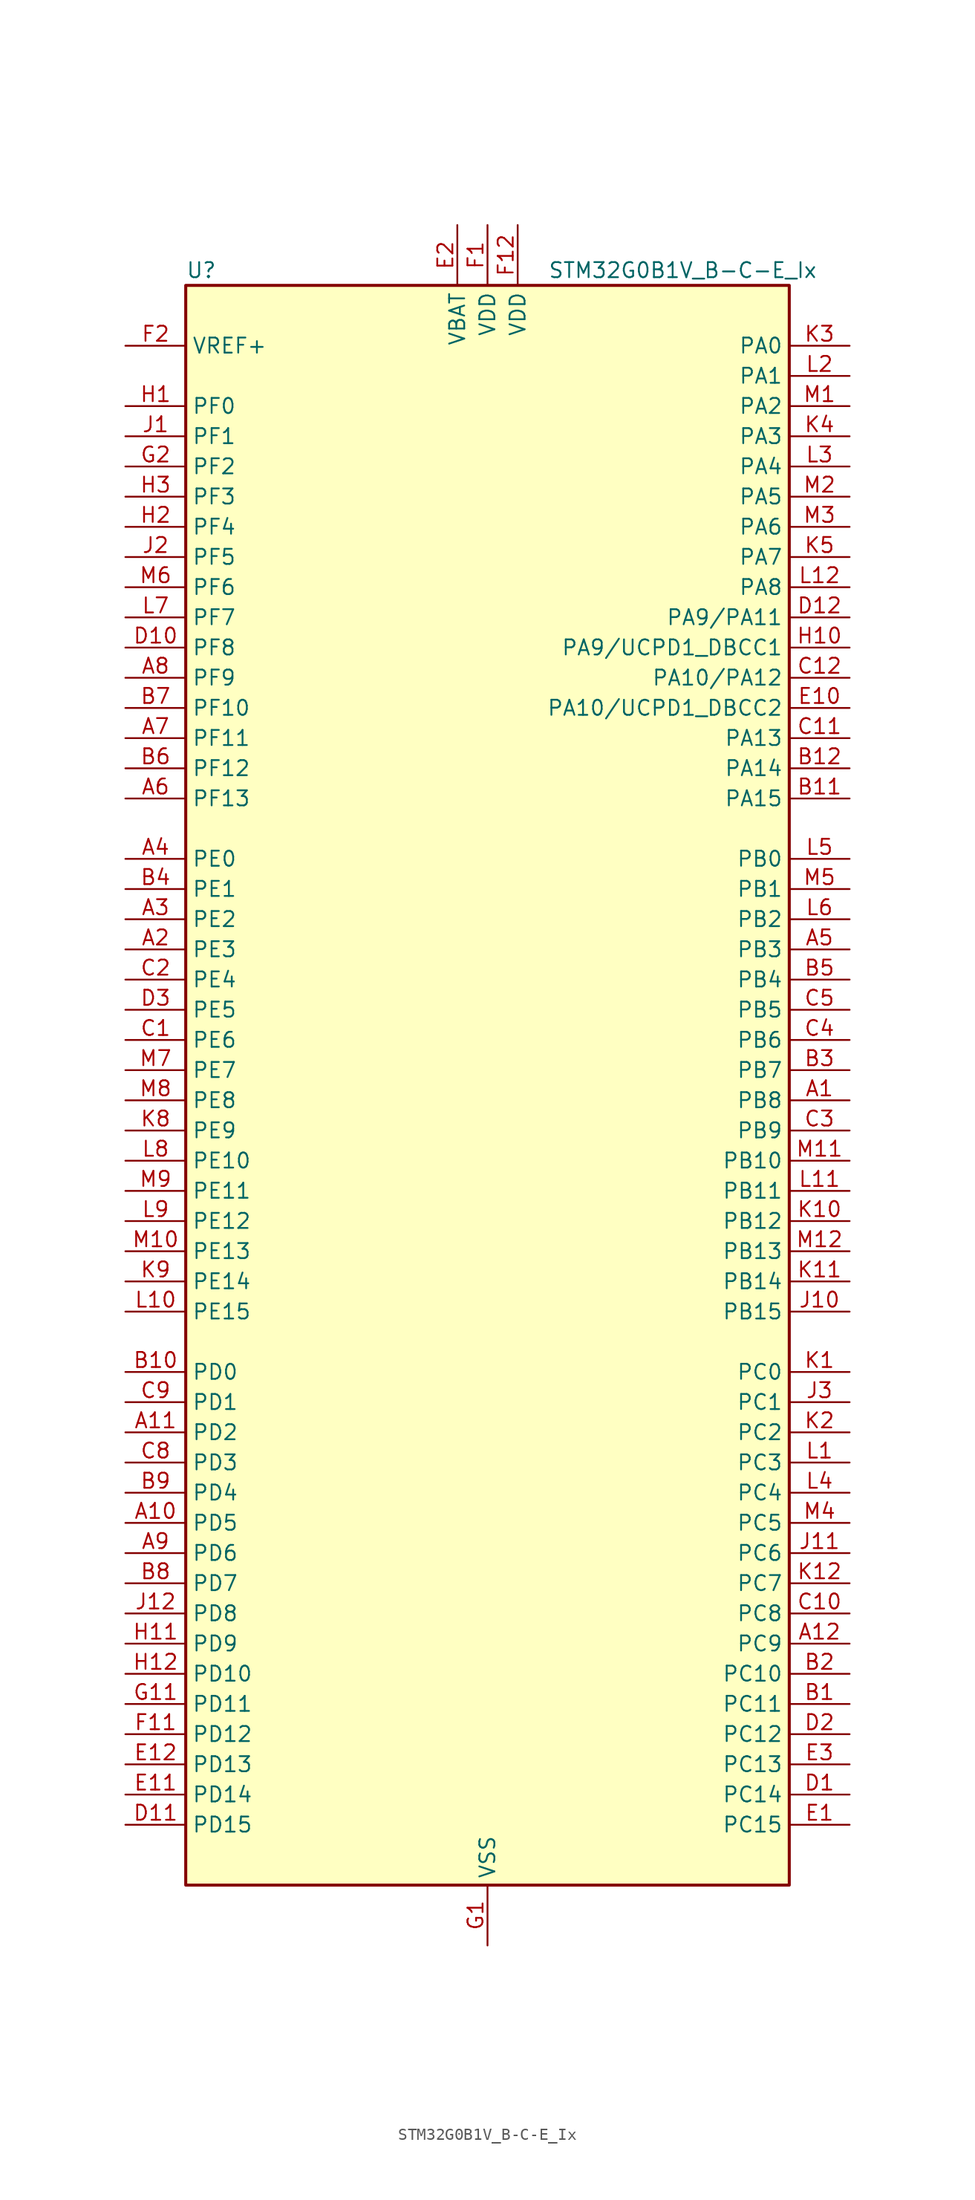
<source format=kicad_sym>
(kicad_symbol_lib
  (version 20241209)
  (generator "kicad_symbol_editor")
  (generator_version "9.0")
  (symbol "STM32G0B1V_B-C-E_Ix"
    (property "Reference" "U"
      (at -25.4 69.85 0)
      (effects (font (size 1.27 1.27)) (justify left)))
    (property "Value" "STM32G0B1V_B-C-E_Ix"
      (at 5.08 69.85 0)
      (effects (font (size 1.27 1.27)) (justify left)))
    (symbol "STM32G0B1V_B-C-E_Ix_0_1"
      (rectangle (start -25.4 -66.04) (end 25.4 68.58) (stroke (width 0.254) (type default)) (fill (type background))))
    (symbol "STM32G0B1V_B-C-E_Ix_1_1"
      (pin input line (at -30.48 63.5 0) (length 5.08) (name "VREF+" (effects (font (size 1.27 1.27)))) (number "F2" (effects (font (size 1.27 1.27)))) (alternate "VREFBUF_OUT" bidirectional line))
      (pin bidirectional line (at -30.48 58.42 0) (length 5.08) (name "PF0" (effects (font (size 1.27 1.27)))) (number "H1" (effects (font (size 1.27 1.27)))) (alternate "CRS1_SYNC" bidirectional line) (alternate "RCC_OSC_IN" bidirectional line) (alternate "TIM14_CH1" bidirectional line))
      (pin bidirectional line (at -30.48 55.88 0) (length 5.08) (name "PF1" (effects (font (size 1.27 1.27)))) (number "J1" (effects (font (size 1.27 1.27)))) (alternate "RCC_OSC_EN" bidirectional line) (alternate "RCC_OSC_OUT" bidirectional line) (alternate "TIM15_CH1N" bidirectional line))
      (pin bidirectional line (at -30.48 53.34 0) (length 5.08) (name "PF2" (effects (font (size 1.27 1.27)))) (number "G2" (effects (font (size 1.27 1.27)))) (alternate "LPUART2_DE" bidirectional line) (alternate "LPUART2_RTS" bidirectional line) (alternate "LPUART2_TX" bidirectional line) (alternate "RCC_MCO" bidirectional line))
      (pin bidirectional line (at -30.48 50.8 0) (length 5.08) (name "PF3" (effects (font (size 1.27 1.27)))) (number "H3" (effects (font (size 1.27 1.27)))) (alternate "LPUART2_RX" bidirectional line) (alternate "USART6_CK" bidirectional line) (alternate "USART6_DE" bidirectional line) (alternate "USART6_RTS" bidirectional line))
      (pin bidirectional line (at -30.48 48.26 0) (length 5.08) (name "PF4" (effects (font (size 1.27 1.27)))) (number "H2" (effects (font (size 1.27 1.27)))) (alternate "LPUART1_TX" bidirectional line))
      (pin bidirectional line (at -30.48 45.72 0) (length 5.08) (name "PF5" (effects (font (size 1.27 1.27)))) (number "J2" (effects (font (size 1.27 1.27)))) (alternate "LPUART1_RX" bidirectional line))
      (pin bidirectional line (at -30.48 43.18 0) (length 5.08) (name "PF6" (effects (font (size 1.27 1.27)))) (number "M6" (effects (font (size 1.27 1.27)))) (alternate "LPUART1_DE" bidirectional line) (alternate "LPUART1_RTS" bidirectional line))
      (pin bidirectional line (at -30.48 40.64 0) (length 5.08) (name "PF7" (effects (font (size 1.27 1.27)))) (number "L7" (effects (font (size 1.27 1.27)))) (alternate "LPUART1_CTS" bidirectional line) (alternate "USART5_CTS" bidirectional line) (alternate "USART5_NSS" bidirectional line))
      (pin bidirectional line (at -30.48 38.1 0) (length 5.08) (name "PF8" (effects (font (size 1.27 1.27)))) (number "D10" (effects (font (size 1.27 1.27)))))
      (pin bidirectional line (at -30.48 35.56 0) (length 5.08) (name "PF9" (effects (font (size 1.27 1.27)))) (number "A8" (effects (font (size 1.27 1.27)))) (alternate "DAC1_EXTI9" bidirectional line) (alternate "USART6_TX" bidirectional line))
      (pin bidirectional line (at -30.48 33.02 0) (length 5.08) (name "PF10" (effects (font (size 1.27 1.27)))) (number "B7" (effects (font (size 1.27 1.27)))) (alternate "USART6_RX" bidirectional line))
      (pin bidirectional line (at -30.48 30.48 0) (length 5.08) (name "PF11" (effects (font (size 1.27 1.27)))) (number "A7" (effects (font (size 1.27 1.27)))) (alternate "ADC1_EXTI11" bidirectional line) (alternate "USART6_CK" bidirectional line) (alternate "USART6_DE" bidirectional line) (alternate "USART6_RTS" bidirectional line))
      (pin bidirectional line (at -30.48 27.94 0) (length 5.08) (name "PF12" (effects (font (size 1.27 1.27)))) (number "B6" (effects (font (size 1.27 1.27)))) (alternate "TIM15_CH1" bidirectional line) (alternate "USART6_CTS" bidirectional line) (alternate "USART6_NSS" bidirectional line))
      (pin bidirectional line (at -30.48 25.4 0) (length 5.08) (name "PF13" (effects (font (size 1.27 1.27)))) (number "A6" (effects (font (size 1.27 1.27)))) (alternate "TIM15_CH2" bidirectional line))
      (pin bidirectional line (at -30.48 20.32 0) (length 5.08) (name "PE0" (effects (font (size 1.27 1.27)))) (number "A4" (effects (font (size 1.27 1.27)))) (alternate "TIM16_CH1" bidirectional line) (alternate "TIM4_ETR" bidirectional line))
      (pin bidirectional line (at -30.48 17.78 0) (length 5.08) (name "PE1" (effects (font (size 1.27 1.27)))) (number "B4" (effects (font (size 1.27 1.27)))) (alternate "TIM17_CH1" bidirectional line))
      (pin bidirectional line (at -30.48 15.24 0) (length 5.08) (name "PE2" (effects (font (size 1.27 1.27)))) (number "A3" (effects (font (size 1.27 1.27)))) (alternate "TIM3_ETR" bidirectional line))
      (pin bidirectional line (at -30.48 12.7 0) (length 5.08) (name "PE3" (effects (font (size 1.27 1.27)))) (number "A2" (effects (font (size 1.27 1.27)))) (alternate "TIM3_CH1" bidirectional line))
      (pin bidirectional line (at -30.48 10.16 0) (length 5.08) (name "PE4" (effects (font (size 1.27 1.27)))) (number "C2" (effects (font (size 1.27 1.27)))) (alternate "TIM3_CH2" bidirectional line))
      (pin bidirectional line (at -30.48 7.62 0) (length 5.08) (name "PE5" (effects (font (size 1.27 1.27)))) (number "D3" (effects (font (size 1.27 1.27)))) (alternate "TIM3_CH3" bidirectional line))
      (pin bidirectional line (at -30.48 5.08 0) (length 5.08) (name "PE6" (effects (font (size 1.27 1.27)))) (number "C1" (effects (font (size 1.27 1.27)))) (alternate "RTC_TAMP_IN3" bidirectional line) (alternate "SYS_WKUP3" bidirectional line) (alternate "TIM3_CH4" bidirectional line))
      (pin bidirectional line (at -30.48 2.54 0) (length 5.08) (name "PE7" (effects (font (size 1.27 1.27)))) (number "M7" (effects (font (size 1.27 1.27)))) (alternate "COMP3_INP" bidirectional line) (alternate "TIM1_ETR" bidirectional line) (alternate "USART5_CK" bidirectional line) (alternate "USART5_DE" bidirectional line) (alternate "USART5_RTS" bidirectional line))
      (pin bidirectional line (at -30.48 0 0) (length 5.08) (name "PE8" (effects (font (size 1.27 1.27)))) (number "M8" (effects (font (size 1.27 1.27)))) (alternate "COMP3_INM" bidirectional line) (alternate "TIM1_CH1N" bidirectional line) (alternate "USART4_TX" bidirectional line))
      (pin bidirectional line (at -30.48 -2.54 0) (length 5.08) (name "PE9" (effects (font (size 1.27 1.27)))) (number "K8" (effects (font (size 1.27 1.27)))) (alternate "DAC1_EXTI9" bidirectional line) (alternate "TIM1_CH1" bidirectional line) (alternate "USART4_RX" bidirectional line))
      (pin bidirectional line (at -30.48 -5.08 0) (length 5.08) (name "PE10" (effects (font (size 1.27 1.27)))) (number "L8" (effects (font (size 1.27 1.27)))) (alternate "TIM1_CH2N" bidirectional line) (alternate "USART5_TX" bidirectional line))
      (pin bidirectional line (at -30.48 -7.62 0) (length 5.08) (name "PE11" (effects (font (size 1.27 1.27)))) (number "M9" (effects (font (size 1.27 1.27)))) (alternate "ADC1_EXTI11" bidirectional line) (alternate "TIM1_CH2" bidirectional line) (alternate "USART5_RX" bidirectional line))
      (pin bidirectional line (at -30.48 -10.16 0) (length 5.08) (name "PE12" (effects (font (size 1.27 1.27)))) (number "L9" (effects (font (size 1.27 1.27)))) (alternate "I2S1_WS" bidirectional line) (alternate "SPI1_NSS" bidirectional line) (alternate "TIM1_CH3N" bidirectional line))
      (pin bidirectional line (at -30.48 -12.7 0) (length 5.08) (name "PE13" (effects (font (size 1.27 1.27)))) (number "M10" (effects (font (size 1.27 1.27)))) (alternate "I2S1_CK" bidirectional line) (alternate "SPI1_SCK" bidirectional line) (alternate "TIM1_CH3" bidirectional line))
      (pin bidirectional line (at -30.48 -15.24 0) (length 5.08) (name "PE14" (effects (font (size 1.27 1.27)))) (number "K9" (effects (font (size 1.27 1.27)))) (alternate "I2S1_MCK" bidirectional line) (alternate "SPI1_MISO" bidirectional line) (alternate "TIM1_BK2" bidirectional line) (alternate "TIM1_CH4" bidirectional line))
      (pin bidirectional line (at -30.48 -17.78 0) (length 5.08) (name "PE15" (effects (font (size 1.27 1.27)))) (number "L10" (effects (font (size 1.27 1.27)))) (alternate "I2S1_SD" bidirectional line) (alternate "SPI1_MOSI" bidirectional line) (alternate "TIM1_BK" bidirectional line))
      (pin bidirectional line (at -30.48 -22.86 0) (length 5.08) (name "PD0" (effects (font (size 1.27 1.27)))) (number "B10" (effects (font (size 1.27 1.27)))) (alternate "FDCAN1_RX" bidirectional line) (alternate "I2S2_WS" bidirectional line) (alternate "SPI2_NSS" bidirectional line) (alternate "TIM16_CH1" bidirectional line) (alternate "UCPD2_CC1" bidirectional line))
      (pin bidirectional line (at -30.48 -25.4 0) (length 5.08) (name "PD1" (effects (font (size 1.27 1.27)))) (number "C9" (effects (font (size 1.27 1.27)))) (alternate "FDCAN1_TX" bidirectional line) (alternate "I2S2_CK" bidirectional line) (alternate "SPI2_SCK" bidirectional line) (alternate "TIM17_CH1" bidirectional line) (alternate "UCPD2_DBCC1" bidirectional line))
      (pin bidirectional line (at -30.48 -27.94 0) (length 5.08) (name "PD2" (effects (font (size 1.27 1.27)))) (number "A11" (effects (font (size 1.27 1.27)))) (alternate "TIM1_CH1N" bidirectional line) (alternate "TIM3_ETR" bidirectional line) (alternate "UCPD2_CC2" bidirectional line) (alternate "USART3_CK" bidirectional line) (alternate "USART3_DE" bidirectional line) (alternate "USART3_RTS" bidirectional line) (alternate "USART5_RX" bidirectional line))
      (pin bidirectional line (at -30.48 -30.48 0) (length 5.08) (name "PD3" (effects (font (size 1.27 1.27)))) (number "C8" (effects (font (size 1.27 1.27)))) (alternate "I2S2_MCK" bidirectional line) (alternate "SPI2_MISO" bidirectional line) (alternate "TIM1_CH2N" bidirectional line) (alternate "UCPD2_DBCC2" bidirectional line) (alternate "USART2_CTS" bidirectional line) (alternate "USART2_NSS" bidirectional line) (alternate "USART5_TX" bidirectional line))
      (pin bidirectional line (at -30.48 -33.02 0) (length 5.08) (name "PD4" (effects (font (size 1.27 1.27)))) (number "B9" (effects (font (size 1.27 1.27)))) (alternate "I2S2_SD" bidirectional line) (alternate "SPI2_MOSI" bidirectional line) (alternate "TIM1_CH3N" bidirectional line) (alternate "USART2_CK" bidirectional line) (alternate "USART2_DE" bidirectional line) (alternate "USART2_RTS" bidirectional line) (alternate "USART5_CK" bidirectional line) (alternate "USART5_DE" bidirectional line) (alternate "USART5_RTS" bidirectional line))
      (pin bidirectional line (at -30.48 -35.56 0) (length 5.08) (name "PD5" (effects (font (size 1.27 1.27)))) (number "A10" (effects (font (size 1.27 1.27)))) (alternate "I2S1_MCK" bidirectional line) (alternate "SPI1_MISO" bidirectional line) (alternate "TIM1_BK" bidirectional line) (alternate "USART2_TX" bidirectional line) (alternate "USART5_CTS" bidirectional line) (alternate "USART5_NSS" bidirectional line))
      (pin bidirectional line (at -30.48 -38.1 0) (length 5.08) (name "PD6" (effects (font (size 1.27 1.27)))) (number "A9" (effects (font (size 1.27 1.27)))) (alternate "I2S1_SD" bidirectional line) (alternate "LPTIM2_OUT" bidirectional line) (alternate "SPI1_MOSI" bidirectional line) (alternate "USART2_RX" bidirectional line))
      (pin bidirectional line (at -30.48 -40.64 0) (length 5.08) (name "PD7" (effects (font (size 1.27 1.27)))) (number "B8" (effects (font (size 1.27 1.27)))) (alternate "RCC_MCO_2" bidirectional line))
      (pin bidirectional line (at -30.48 -43.18 0) (length 5.08) (name "PD8" (effects (font (size 1.27 1.27)))) (number "J12" (effects (font (size 1.27 1.27)))) (alternate "I2S1_CK" bidirectional line) (alternate "LPTIM1_OUT" bidirectional line) (alternate "SPI1_SCK" bidirectional line) (alternate "USART3_TX" bidirectional line))
      (pin bidirectional line (at -30.48 -45.72 0) (length 5.08) (name "PD9" (effects (font (size 1.27 1.27)))) (number "H11" (effects (font (size 1.27 1.27)))) (alternate "DAC1_EXTI9" bidirectional line) (alternate "I2S1_WS" bidirectional line) (alternate "SPI1_NSS" bidirectional line) (alternate "TIM1_BK2" bidirectional line) (alternate "USART3_RX" bidirectional line))
      (pin bidirectional line (at -30.48 -48.26 0) (length 5.08) (name "PD10" (effects (font (size 1.27 1.27)))) (number "H12" (effects (font (size 1.27 1.27)))) (alternate "RCC_MCO" bidirectional line))
      (pin bidirectional line (at -30.48 -50.8 0) (length 5.08) (name "PD11" (effects (font (size 1.27 1.27)))) (number "G11" (effects (font (size 1.27 1.27)))) (alternate "ADC1_EXTI11" bidirectional line) (alternate "LPTIM2_ETR" bidirectional line) (alternate "USART3_CTS" bidirectional line) (alternate "USART3_NSS" bidirectional line))
      (pin bidirectional line (at -30.48 -53.34 0) (length 5.08) (name "PD12" (effects (font (size 1.27 1.27)))) (number "F11" (effects (font (size 1.27 1.27)))) (alternate "FDCAN1_RX" bidirectional line) (alternate "LPTIM2_IN1" bidirectional line) (alternate "TIM4_CH1" bidirectional line) (alternate "USART3_CK" bidirectional line) (alternate "USART3_DE" bidirectional line) (alternate "USART3_RTS" bidirectional line))
      (pin bidirectional line (at -30.48 -55.88 0) (length 5.08) (name "PD13" (effects (font (size 1.27 1.27)))) (number "E12" (effects (font (size 1.27 1.27)))) (alternate "FDCAN1_TX" bidirectional line) (alternate "LPTIM2_OUT" bidirectional line) (alternate "TIM4_CH2" bidirectional line))
      (pin bidirectional line (at -30.48 -58.42 0) (length 5.08) (name "PD14" (effects (font (size 1.27 1.27)))) (number "E11" (effects (font (size 1.27 1.27)))) (alternate "FDCAN2_RX" bidirectional line) (alternate "LPUART2_CTS" bidirectional line) (alternate "TIM4_CH3" bidirectional line))
      (pin bidirectional line (at -30.48 -60.96 0) (length 5.08) (name "PD15" (effects (font (size 1.27 1.27)))) (number "D11" (effects (font (size 1.27 1.27)))) (alternate "CRS1_SYNC" bidirectional line) (alternate "FDCAN2_TX" bidirectional line) (alternate "LPUART2_DE" bidirectional line) (alternate "LPUART2_RTS" bidirectional line) (alternate "TIM4_CH4" bidirectional line))
      (pin power_in line (at -2.54 73.66 270) (length 5.08) (name "VBAT" (effects (font (size 1.27 1.27)))) (number "E2" (effects (font (size 1.27 1.27)))))
      (pin power_in line (at 0 73.66 270) (length 5.08) (name "VDD" (effects (font (size 1.27 1.27)))) (number "F1" (effects (font (size 1.27 1.27)))))
      (pin power_in line (at 0 -71.12 90) (length 5.08) (name "VSS" (effects (font (size 1.27 1.27)))) (number "G1" (effects (font (size 1.27 1.27)))))
      (pin passive line (at 0 -71.12 90) (length 5.08) (hide yes) (name "VSS" (effects (font (size 1.27 1.27)))) (number "G12" (effects (font (size 1.27 1.27)))))
      (pin power_in line (at 2.54 73.66 270) (length 5.08) (name "VDD" (effects (font (size 1.27 1.27)))) (number "F12" (effects (font (size 1.27 1.27)))))
      (pin bidirectional line (at 30.48 63.5 180) (length 5.08) (name "PA0" (effects (font (size 1.27 1.27)))) (number "K3" (effects (font (size 1.27 1.27)))) (alternate "ADC1_IN0" bidirectional line) (alternate "COMP1_INM" bidirectional line) (alternate "COMP1_OUT" bidirectional line) (alternate "I2S2_CK" bidirectional line) (alternate "LPTIM1_OUT" bidirectional line) (alternate "RTC_TAMP_IN2" bidirectional line) (alternate "SPI2_SCK" bidirectional line) (alternate "SYS_WKUP1" bidirectional line) (alternate "TIM2_CH1" bidirectional line) (alternate "TIM2_ETR" bidirectional line) (alternate "UCPD2_FRSTX1" bidirectional line) (alternate "UCPD2_FRSTX2" bidirectional line) (alternate "USART2_CTS" bidirectional line) (alternate "USART2_NSS" bidirectional line) (alternate "USART4_TX" bidirectional line))
      (pin bidirectional line (at 30.48 60.96 180) (length 5.08) (name "PA1" (effects (font (size 1.27 1.27)))) (number "L2" (effects (font (size 1.27 1.27)))) (alternate "ADC1_IN1" bidirectional line) (alternate "COMP1_INP" bidirectional line) (alternate "I2C1_SMBA" bidirectional line) (alternate "I2S1_CK" bidirectional line) (alternate "SPI1_SCK" bidirectional line) (alternate "TIM15_CH1N" bidirectional line) (alternate "TIM2_CH2" bidirectional line) (alternate "USART2_CK" bidirectional line) (alternate "USART2_DE" bidirectional line) (alternate "USART2_RTS" bidirectional line) (alternate "USART4_RX" bidirectional line))
      (pin bidirectional line (at 30.48 58.42 180) (length 5.08) (name "PA2" (effects (font (size 1.27 1.27)))) (number "M1" (effects (font (size 1.27 1.27)))) (alternate "ADC1_IN2" bidirectional line) (alternate "COMP2_INM" bidirectional line) (alternate "COMP2_OUT" bidirectional line) (alternate "I2S1_SD" bidirectional line) (alternate "LPUART1_TX" bidirectional line) (alternate "RCC_LSCO" bidirectional line) (alternate "SPI1_MOSI" bidirectional line) (alternate "SYS_WKUP4" bidirectional line) (alternate "TIM15_CH1" bidirectional line) (alternate "TIM2_CH3" bidirectional line) (alternate "UCPD1_FRSTX1" bidirectional line) (alternate "UCPD1_FRSTX2" bidirectional line) (alternate "USART2_TX" bidirectional line))
      (pin bidirectional line (at 30.48 55.88 180) (length 5.08) (name "PA3" (effects (font (size 1.27 1.27)))) (number "K4" (effects (font (size 1.27 1.27)))) (alternate "ADC1_IN3" bidirectional line) (alternate "COMP2_INP" bidirectional line) (alternate "I2S2_MCK" bidirectional line) (alternate "LPUART1_RX" bidirectional line) (alternate "SPI2_MISO" bidirectional line) (alternate "TIM15_CH2" bidirectional line) (alternate "TIM2_CH4" bidirectional line) (alternate "UCPD2_FRSTX1" bidirectional line) (alternate "UCPD2_FRSTX2" bidirectional line) (alternate "USART2_RX" bidirectional line))
      (pin bidirectional line (at 30.48 53.34 180) (length 5.08) (name "PA4" (effects (font (size 1.27 1.27)))) (number "L3" (effects (font (size 1.27 1.27)))) (alternate "ADC1_IN4" bidirectional line) (alternate "DAC1_OUT1" bidirectional line) (alternate "I2S1_WS" bidirectional line) (alternate "I2S2_SD" bidirectional line) (alternate "LPTIM2_OUT" bidirectional line) (alternate "RTC_OUT2" bidirectional line) (alternate "SPI1_NSS" bidirectional line) (alternate "SPI2_MOSI" bidirectional line) (alternate "SPI3_NSS" bidirectional line) (alternate "TIM14_CH1" bidirectional line) (alternate "UCPD2_FRSTX1" bidirectional line) (alternate "UCPD2_FRSTX2" bidirectional line) (alternate "USART6_TX" bidirectional line) (alternate "USB_NOE" bidirectional line))
      (pin bidirectional line (at 30.48 50.8 180) (length 5.08) (name "PA5" (effects (font (size 1.27 1.27)))) (number "M2" (effects (font (size 1.27 1.27)))) (alternate "ADC1_IN5" bidirectional line) (alternate "CEC" bidirectional line) (alternate "DAC1_OUT2" bidirectional line) (alternate "I2S1_CK" bidirectional line) (alternate "LPTIM2_ETR" bidirectional line) (alternate "SPI1_SCK" bidirectional line) (alternate "TIM2_CH1" bidirectional line) (alternate "TIM2_ETR" bidirectional line) (alternate "UCPD1_FRSTX1" bidirectional line) (alternate "UCPD1_FRSTX2" bidirectional line) (alternate "USART3_TX" bidirectional line) (alternate "USART6_RX" bidirectional line))
      (pin bidirectional line (at 30.48 48.26 180) (length 5.08) (name "PA6" (effects (font (size 1.27 1.27)))) (number "M3" (effects (font (size 1.27 1.27)))) (alternate "ADC1_IN6" bidirectional line) (alternate "COMP1_OUT" bidirectional line) (alternate "I2C2_SDA" bidirectional line) (alternate "I2C3_SDA" bidirectional line) (alternate "I2S1_MCK" bidirectional line) (alternate "LPUART1_CTS" bidirectional line) (alternate "SPI1_MISO" bidirectional line) (alternate "TIM16_CH1" bidirectional line) (alternate "TIM1_BK" bidirectional line) (alternate "TIM3_CH1" bidirectional line) (alternate "USART3_CTS" bidirectional line) (alternate "USART3_NSS" bidirectional line) (alternate "USART6_CTS" bidirectional line) (alternate "USART6_NSS" bidirectional line))
      (pin bidirectional line (at 30.48 45.72 180) (length 5.08) (name "PA7" (effects (font (size 1.27 1.27)))) (number "K5" (effects (font (size 1.27 1.27)))) (alternate "ADC1_IN7" bidirectional line) (alternate "COMP2_OUT" bidirectional line) (alternate "I2C2_SCL" bidirectional line) (alternate "I2C3_SCL" bidirectional line) (alternate "I2S1_SD" bidirectional line) (alternate "SPI1_MOSI" bidirectional line) (alternate "TIM14_CH1" bidirectional line) (alternate "TIM17_CH1" bidirectional line) (alternate "TIM1_CH1N" bidirectional line) (alternate "TIM3_CH2" bidirectional line) (alternate "UCPD1_FRSTX1" bidirectional line) (alternate "UCPD1_FRSTX2" bidirectional line) (alternate "USART6_CK" bidirectional line) (alternate "USART6_DE" bidirectional line) (alternate "USART6_RTS" bidirectional line))
      (pin bidirectional line (at 30.48 43.18 180) (length 5.08) (name "PA8" (effects (font (size 1.27 1.27)))) (number "L12" (effects (font (size 1.27 1.27)))) (alternate "CRS1_SYNC" bidirectional line) (alternate "I2C2_SMBA" bidirectional line) (alternate "I2S2_WS" bidirectional line) (alternate "LPTIM2_OUT" bidirectional line) (alternate "RCC_MCO" bidirectional line) (alternate "SPI2_NSS" bidirectional line) (alternate "TIM1_CH1" bidirectional line) (alternate "UCPD1_CC1" bidirectional line))
      (pin bidirectional line (at 30.48 40.64 180) (length 5.08) (name "PA9/PA11" (effects (font (size 1.27 1.27)))) (number "D12" (effects (font (size 1.27 1.27)))) (alternate "ADC1_EXTI11 (PA11)" bidirectional line) (alternate "COMP1_OUT (PA11)" bidirectional line) (alternate "DAC1_EXTI9 (PA9)" bidirectional line) (alternate "FDCAN1_RX (PA11)" bidirectional line) (alternate "I2C1_SCL (PA9)" bidirectional line) (alternate "I2C2_SCL (PA11)" bidirectional line) (alternate "I2C2_SCL (PA9)" bidirectional line) (alternate "I2S1_MCK (PA11)" bidirectional line) (alternate "I2S2_MCK (PA9)" bidirectional line) (alternate "PA11" bidirectional line) (alternate "PA9" bidirectional line) (alternate "RCC_MCO (PA9)" bidirectional line) (alternate "SPI1_MISO (PA11)" bidirectional line) (alternate "SPI2_MISO (PA9)" bidirectional line) (alternate "TIM15_BK (PA9)" bidirectional line) (alternate "TIM1_BK2 (PA11)" bidirectional line) (alternate "TIM1_CH2 (PA9)" bidirectional line) (alternate "TIM1_CH4 (PA11)" bidirectional line) (alternate "UCPD1_DBCC1 (PA9)" bidirectional line) (alternate "USART1_CTS (PA11)" bidirectional line) (alternate "USART1_NSS (PA11)" bidirectional line) (alternate "USART1_TX (PA9)" bidirectional line) (alternate "USB_DM (PA11)" bidirectional line))
      (pin bidirectional line (at 30.48 38.1 180) (length 5.08) (name "PA9/UCPD1_DBCC1" (effects (font (size 1.27 1.27)))) (number "H10" (effects (font (size 1.27 1.27)))) (alternate "DAC1_EXTI9 (PA9)" bidirectional line) (alternate "I2C1_SCL (PA9)" bidirectional line) (alternate "I2C2_SCL (PA9)" bidirectional line) (alternate "I2S2_MCK (PA9)" bidirectional line) (alternate "PA9" bidirectional line) (alternate "RCC_MCO (PA9)" bidirectional line) (alternate "SPI2_MISO (PA9)" bidirectional line) (alternate "TIM15_BK (PA9)" bidirectional line) (alternate "TIM1_CH2 (PA9)" bidirectional line) (alternate "UCPD1_DBCC1" bidirectional line) (alternate "UCPD1_DBCC1 (PA9)" bidirectional line) (alternate "UCPD1_DBCC1 (UCPD1_DBCC1)" bidirectional line) (alternate "USART1_TX (PA9)" bidirectional line))
      (pin bidirectional line (at 30.48 35.56 180) (length 5.08) (name "PA10/PA12" (effects (font (size 1.27 1.27)))) (number "C12" (effects (font (size 1.27 1.27)))) (alternate "COMP2_OUT (PA12)" bidirectional line) (alternate "FDCAN1_TX (PA12)" bidirectional line) (alternate "I2C1_SDA (PA10)" bidirectional line) (alternate "I2C2_SDA (PA10)" bidirectional line) (alternate "I2C2_SDA (PA12)" bidirectional line) (alternate "I2S1_SD (PA12)" bidirectional line) (alternate "I2S2_SD (PA10)" bidirectional line) (alternate "I2S_CKIN (PA12)" bidirectional line) (alternate "PA10" bidirectional line) (alternate "PA12" bidirectional line) (alternate "RCC_MCO_2 (PA10)" bidirectional line) (alternate "SPI1_MOSI (PA12)" bidirectional line) (alternate "SPI2_MOSI (PA10)" bidirectional line) (alternate "TIM17_BK (PA10)" bidirectional line) (alternate "TIM1_CH3 (PA10)" bidirectional line) (alternate "TIM1_ETR (PA12)" bidirectional line) (alternate "UCPD1_DBCC2 (PA10)" bidirectional line) (alternate "USART1_CK (PA12)" bidirectional line) (alternate "USART1_DE (PA12)" bidirectional line) (alternate "USART1_RTS (PA12)" bidirectional line) (alternate "USART1_RX (PA10)" bidirectional line) (alternate "USB_DP (PA12)" bidirectional line))
      (pin bidirectional line (at 30.48 33.02 180) (length 5.08) (name "PA10/UCPD1_DBCC2" (effects (font (size 1.27 1.27)))) (number "E10" (effects (font (size 1.27 1.27)))) (alternate "I2C1_SDA (PA10)" bidirectional line) (alternate "I2C2_SDA (PA10)" bidirectional line) (alternate "I2S2_SD (PA10)" bidirectional line) (alternate "PA10" bidirectional line) (alternate "RCC_MCO_2 (PA10)" bidirectional line) (alternate "SPI2_MOSI (PA10)" bidirectional line) (alternate "TIM17_BK (PA10)" bidirectional line) (alternate "TIM1_CH3 (PA10)" bidirectional line) (alternate "UCPD1_DBCC2" bidirectional line) (alternate "UCPD1_DBCC2 (PA10)" bidirectional line) (alternate "UCPD1_DBCC2 (UCPD1_DBCC2)" bidirectional line) (alternate "USART1_RX (PA10)" bidirectional line))
      (pin bidirectional line (at 30.48 30.48 180) (length 5.08) (name "PA13" (effects (font (size 1.27 1.27)))) (number "C11" (effects (font (size 1.27 1.27)))) (alternate "IR_OUT" bidirectional line) (alternate "LPUART2_RX" bidirectional line) (alternate "SYS_SWDIO" bidirectional line) (alternate "USB_NOE" bidirectional line))
      (pin bidirectional line (at 30.48 27.94 180) (length 5.08) (name "PA14" (effects (font (size 1.27 1.27)))) (number "B12" (effects (font (size 1.27 1.27)))) (alternate "LPUART2_TX" bidirectional line) (alternate "SYS_SWCLK" bidirectional line) (alternate "USART2_TX" bidirectional line))
      (pin bidirectional line (at 30.48 25.4 180) (length 5.08) (name "PA15" (effects (font (size 1.27 1.27)))) (number "B11" (effects (font (size 1.27 1.27)))) (alternate "I2C2_SMBA" bidirectional line) (alternate "I2S1_WS" bidirectional line) (alternate "RCC_MCO_2" bidirectional line) (alternate "SPI1_NSS" bidirectional line) (alternate "SPI3_NSS" bidirectional line) (alternate "TIM2_CH1" bidirectional line) (alternate "TIM2_ETR" bidirectional line) (alternate "USART2_RX" bidirectional line) (alternate "USART3_CK" bidirectional line) (alternate "USART3_DE" bidirectional line) (alternate "USART3_RTS" bidirectional line) (alternate "USART4_CK" bidirectional line) (alternate "USART4_DE" bidirectional line) (alternate "USART4_RTS" bidirectional line) (alternate "USB_NOE" bidirectional line))
      (pin bidirectional line (at 30.48 20.32 180) (length 5.08) (name "PB0" (effects (font (size 1.27 1.27)))) (number "L5" (effects (font (size 1.27 1.27)))) (alternate "ADC1_IN8" bidirectional line) (alternate "COMP1_OUT" bidirectional line) (alternate "COMP3_INP" bidirectional line) (alternate "FDCAN2_RX" bidirectional line) (alternate "I2S1_WS" bidirectional line) (alternate "LPTIM1_OUT" bidirectional line) (alternate "LPUART2_CTS" bidirectional line) (alternate "SPI1_NSS" bidirectional line) (alternate "TIM1_CH2N" bidirectional line) (alternate "TIM3_CH3" bidirectional line) (alternate "UCPD1_FRSTX1" bidirectional line) (alternate "UCPD1_FRSTX2" bidirectional line) (alternate "USART3_RX" bidirectional line) (alternate "USART5_TX" bidirectional line))
      (pin bidirectional line (at 30.48 17.78 180) (length 5.08) (name "PB1" (effects (font (size 1.27 1.27)))) (number "M5" (effects (font (size 1.27 1.27)))) (alternate "ADC1_IN9" bidirectional line) (alternate "COMP1_INM" bidirectional line) (alternate "COMP3_OUT" bidirectional line) (alternate "FDCAN2_TX" bidirectional line) (alternate "LPTIM2_IN1" bidirectional line) (alternate "LPUART1_DE" bidirectional line) (alternate "LPUART1_RTS" bidirectional line) (alternate "LPUART2_DE" bidirectional line) (alternate "LPUART2_RTS" bidirectional line) (alternate "TIM14_CH1" bidirectional line) (alternate "TIM1_CH3N" bidirectional line) (alternate "TIM3_CH4" bidirectional line) (alternate "USART3_CK" bidirectional line) (alternate "USART3_DE" bidirectional line) (alternate "USART3_RTS" bidirectional line) (alternate "USART5_RX" bidirectional line))
      (pin bidirectional line (at 30.48 15.24 180) (length 5.08) (name "PB2" (effects (font (size 1.27 1.27)))) (number "L6" (effects (font (size 1.27 1.27)))) (alternate "ADC1_IN10" bidirectional line) (alternate "COMP1_INP" bidirectional line) (alternate "COMP3_INM" bidirectional line) (alternate "I2S2_MCK" bidirectional line) (alternate "LPTIM1_OUT" bidirectional line) (alternate "RCC_MCO_2" bidirectional line) (alternate "SPI2_MISO" bidirectional line) (alternate "USART3_TX" bidirectional line))
      (pin bidirectional line (at 30.48 12.7 180) (length 5.08) (name "PB3" (effects (font (size 1.27 1.27)))) (number "A5" (effects (font (size 1.27 1.27)))) (alternate "COMP2_INM" bidirectional line) (alternate "I2C2_SCL" bidirectional line) (alternate "I2C3_SCL" bidirectional line) (alternate "I2S1_CK" bidirectional line) (alternate "SPI1_SCK" bidirectional line) (alternate "SPI3_SCK" bidirectional line) (alternate "TIM1_CH2" bidirectional line) (alternate "TIM2_CH2" bidirectional line) (alternate "USART1_CK" bidirectional line) (alternate "USART1_DE" bidirectional line) (alternate "USART1_RTS" bidirectional line) (alternate "USART5_TX" bidirectional line))
      (pin bidirectional line (at 30.48 10.16 180) (length 5.08) (name "PB4" (effects (font (size 1.27 1.27)))) (number "B5" (effects (font (size 1.27 1.27)))) (alternate "COMP2_INP" bidirectional line) (alternate "I2C2_SDA" bidirectional line) (alternate "I2C3_SDA" bidirectional line) (alternate "I2S1_MCK" bidirectional line) (alternate "SPI1_MISO" bidirectional line) (alternate "SPI3_MISO" bidirectional line) (alternate "TIM17_BK" bidirectional line) (alternate "TIM3_CH1" bidirectional line) (alternate "USART1_CTS" bidirectional line) (alternate "USART1_NSS" bidirectional line) (alternate "USART5_RX" bidirectional line))
      (pin bidirectional line (at 30.48 7.62 180) (length 5.08) (name "PB5" (effects (font (size 1.27 1.27)))) (number "C5" (effects (font (size 1.27 1.27)))) (alternate "COMP2_OUT" bidirectional line) (alternate "FDCAN2_RX" bidirectional line) (alternate "I2C1_SMBA" bidirectional line) (alternate "I2S1_SD" bidirectional line) (alternate "LPTIM1_IN1" bidirectional line) (alternate "SPI1_MOSI" bidirectional line) (alternate "SPI3_MOSI" bidirectional line) (alternate "SYS_WKUP6" bidirectional line) (alternate "TIM16_BK" bidirectional line) (alternate "TIM3_CH2" bidirectional line) (alternate "USART5_CK" bidirectional line) (alternate "USART5_DE" bidirectional line) (alternate "USART5_RTS" bidirectional line))
      (pin bidirectional line (at 30.48 5.08 180) (length 5.08) (name "PB6" (effects (font (size 1.27 1.27)))) (number "C4" (effects (font (size 1.27 1.27)))) (alternate "COMP2_INP" bidirectional line) (alternate "FDCAN2_TX" bidirectional line) (alternate "I2C1_SCL" bidirectional line) (alternate "I2S2_MCK" bidirectional line) (alternate "LPTIM1_ETR" bidirectional line) (alternate "LPUART2_TX" bidirectional line) (alternate "SPI2_MISO" bidirectional line) (alternate "TIM16_CH1N" bidirectional line) (alternate "TIM1_CH3" bidirectional line) (alternate "TIM4_CH1" bidirectional line) (alternate "USART1_TX" bidirectional line) (alternate "USART5_CTS" bidirectional line) (alternate "USART5_NSS" bidirectional line))
      (pin bidirectional line (at 30.48 2.54 180) (length 5.08) (name "PB7" (effects (font (size 1.27 1.27)))) (number "B3" (effects (font (size 1.27 1.27)))) (alternate "COMP2_INM" bidirectional line) (alternate "I2C1_SDA" bidirectional line) (alternate "I2S2_SD" bidirectional line) (alternate "LPTIM1_IN2" bidirectional line) (alternate "LPUART2_RX" bidirectional line) (alternate "SPI2_MOSI" bidirectional line) (alternate "SYS_PVD_IN" bidirectional line) (alternate "TIM17_CH1N" bidirectional line) (alternate "TIM4_CH2" bidirectional line) (alternate "USART1_RX" bidirectional line) (alternate "USART4_CTS" bidirectional line) (alternate "USART4_NSS" bidirectional line))
      (pin bidirectional line (at 30.48 0 180) (length 5.08) (name "PB8" (effects (font (size 1.27 1.27)))) (number "A1" (effects (font (size 1.27 1.27)))) (alternate "CEC" bidirectional line) (alternate "FDCAN1_RX" bidirectional line) (alternate "I2C1_SCL" bidirectional line) (alternate "I2S2_CK" bidirectional line) (alternate "SPI2_SCK" bidirectional line) (alternate "TIM15_BK" bidirectional line) (alternate "TIM16_CH1" bidirectional line) (alternate "TIM4_CH3" bidirectional line) (alternate "USART3_TX" bidirectional line) (alternate "USART6_TX" bidirectional line))
      (pin bidirectional line (at 30.48 -2.54 180) (length 5.08) (name "PB9" (effects (font (size 1.27 1.27)))) (number "C3" (effects (font (size 1.27 1.27)))) (alternate "DAC1_EXTI9" bidirectional line) (alternate "FDCAN1_TX" bidirectional line) (alternate "I2C1_SDA" bidirectional line) (alternate "I2S2_WS" bidirectional line) (alternate "IR_OUT" bidirectional line) (alternate "SPI2_NSS" bidirectional line) (alternate "TIM17_CH1" bidirectional line) (alternate "TIM4_CH4" bidirectional line) (alternate "UCPD2_FRSTX1" bidirectional line) (alternate "UCPD2_FRSTX2" bidirectional line) (alternate "USART3_RX" bidirectional line) (alternate "USART6_RX" bidirectional line))
      (pin bidirectional line (at 30.48 -5.08 180) (length 5.08) (name "PB10" (effects (font (size 1.27 1.27)))) (number "M11" (effects (font (size 1.27 1.27)))) (alternate "ADC1_IN11" bidirectional line) (alternate "CEC" bidirectional line) (alternate "COMP1_OUT" bidirectional line) (alternate "I2C2_SCL" bidirectional line) (alternate "I2S2_CK" bidirectional line) (alternate "LPUART1_RX" bidirectional line) (alternate "SPI2_SCK" bidirectional line) (alternate "TIM2_CH3" bidirectional line) (alternate "USART3_TX" bidirectional line))
      (pin bidirectional line (at 30.48 -7.62 180) (length 5.08) (name "PB11" (effects (font (size 1.27 1.27)))) (number "L11" (effects (font (size 1.27 1.27)))) (alternate "ADC1_EXTI11" bidirectional line) (alternate "ADC1_IN15" bidirectional line) (alternate "COMP2_OUT" bidirectional line) (alternate "I2C2_SDA" bidirectional line) (alternate "I2S2_SD" bidirectional line) (alternate "LPUART1_TX" bidirectional line) (alternate "SPI2_MOSI" bidirectional line) (alternate "TIM2_CH4" bidirectional line) (alternate "USART3_RX" bidirectional line))
      (pin bidirectional line (at 30.48 -10.16 180) (length 5.08) (name "PB12" (effects (font (size 1.27 1.27)))) (number "K10" (effects (font (size 1.27 1.27)))) (alternate "ADC1_IN16" bidirectional line) (alternate "FDCAN2_RX" bidirectional line) (alternate "I2C2_SMBA" bidirectional line) (alternate "I2S2_WS" bidirectional line) (alternate "LPUART1_DE" bidirectional line) (alternate "LPUART1_RTS" bidirectional line) (alternate "SPI2_NSS" bidirectional line) (alternate "TIM15_BK" bidirectional line) (alternate "TIM1_BK" bidirectional line) (alternate "UCPD2_FRSTX1" bidirectional line) (alternate "UCPD2_FRSTX2" bidirectional line))
      (pin bidirectional line (at 30.48 -12.7 180) (length 5.08) (name "PB13" (effects (font (size 1.27 1.27)))) (number "M12" (effects (font (size 1.27 1.27)))) (alternate "FDCAN2_TX" bidirectional line) (alternate "I2C2_SCL" bidirectional line) (alternate "I2S2_CK" bidirectional line) (alternate "LPUART1_CTS" bidirectional line) (alternate "SPI2_SCK" bidirectional line) (alternate "TIM15_CH1N" bidirectional line) (alternate "TIM1_CH1N" bidirectional line) (alternate "USART3_CTS" bidirectional line) (alternate "USART3_NSS" bidirectional line))
      (pin bidirectional line (at 30.48 -15.24 180) (length 5.08) (name "PB14" (effects (font (size 1.27 1.27)))) (number "K11" (effects (font (size 1.27 1.27)))) (alternate "I2C2_SDA" bidirectional line) (alternate "I2S2_MCK" bidirectional line) (alternate "SPI2_MISO" bidirectional line) (alternate "TIM15_CH1" bidirectional line) (alternate "TIM1_CH2N" bidirectional line) (alternate "UCPD1_FRSTX1" bidirectional line) (alternate "UCPD1_FRSTX2" bidirectional line) (alternate "USART3_CK" bidirectional line) (alternate "USART3_DE" bidirectional line) (alternate "USART3_RTS" bidirectional line) (alternate "USART6_CK" bidirectional line) (alternate "USART6_DE" bidirectional line) (alternate "USART6_RTS" bidirectional line))
      (pin bidirectional line (at 30.48 -17.78 180) (length 5.08) (name "PB15" (effects (font (size 1.27 1.27)))) (number "J10" (effects (font (size 1.27 1.27)))) (alternate "I2S2_SD" bidirectional line) (alternate "RTC_REFIN" bidirectional line) (alternate "SPI2_MOSI" bidirectional line) (alternate "TIM15_CH1N" bidirectional line) (alternate "TIM15_CH2" bidirectional line) (alternate "TIM1_CH3N" bidirectional line) (alternate "UCPD1_CC2" bidirectional line) (alternate "USART6_CTS" bidirectional line) (alternate "USART6_NSS" bidirectional line))
      (pin bidirectional line (at 30.48 -22.86 180) (length 5.08) (name "PC0" (effects (font (size 1.27 1.27)))) (number "K1" (effects (font (size 1.27 1.27)))) (alternate "COMP3_INM" bidirectional line) (alternate "COMP3_OUT" bidirectional line) (alternate "I2C3_SCL" bidirectional line) (alternate "LPTIM1_IN1" bidirectional line) (alternate "LPTIM2_IN1" bidirectional line) (alternate "LPUART1_RX" bidirectional line) (alternate "LPUART2_TX" bidirectional line) (alternate "USART6_TX" bidirectional line))
      (pin bidirectional line (at 30.48 -25.4 180) (length 5.08) (name "PC1" (effects (font (size 1.27 1.27)))) (number "J3" (effects (font (size 1.27 1.27)))) (alternate "COMP3_INP" bidirectional line) (alternate "I2C3_SDA" bidirectional line) (alternate "LPTIM1_OUT" bidirectional line) (alternate "LPUART1_TX" bidirectional line) (alternate "LPUART2_RX" bidirectional line) (alternate "TIM15_CH1" bidirectional line) (alternate "USART6_RX" bidirectional line))
      (pin bidirectional line (at 30.48 -27.94 180) (length 5.08) (name "PC2" (effects (font (size 1.27 1.27)))) (number "K2" (effects (font (size 1.27 1.27)))) (alternate "COMP3_OUT" bidirectional line) (alternate "FDCAN2_RX" bidirectional line) (alternate "I2S2_MCK" bidirectional line) (alternate "LPTIM1_IN2" bidirectional line) (alternate "SPI2_MISO" bidirectional line) (alternate "TIM15_CH2" bidirectional line))
      (pin bidirectional line (at 30.48 -30.48 180) (length 5.08) (name "PC3" (effects (font (size 1.27 1.27)))) (number "L1" (effects (font (size 1.27 1.27)))) (alternate "FDCAN2_TX" bidirectional line) (alternate "I2S2_SD" bidirectional line) (alternate "LPTIM1_ETR" bidirectional line) (alternate "LPTIM2_ETR" bidirectional line) (alternate "SPI2_MOSI" bidirectional line))
      (pin bidirectional line (at 30.48 -33.02 180) (length 5.08) (name "PC4" (effects (font (size 1.27 1.27)))) (number "L4" (effects (font (size 1.27 1.27)))) (alternate "ADC1_IN17" bidirectional line) (alternate "COMP1_INM" bidirectional line) (alternate "FDCAN1_RX" bidirectional line) (alternate "TIM2_CH1" bidirectional line) (alternate "TIM2_ETR" bidirectional line) (alternate "USART1_TX" bidirectional line) (alternate "USART3_TX" bidirectional line))
      (pin bidirectional line (at 30.48 -35.56 180) (length 5.08) (name "PC5" (effects (font (size 1.27 1.27)))) (number "M4" (effects (font (size 1.27 1.27)))) (alternate "ADC1_IN18" bidirectional line) (alternate "COMP1_INP" bidirectional line) (alternate "FDCAN1_TX" bidirectional line) (alternate "SYS_WKUP5" bidirectional line) (alternate "TIM2_CH2" bidirectional line) (alternate "USART1_RX" bidirectional line) (alternate "USART3_RX" bidirectional line))
      (pin bidirectional line (at 30.48 -38.1 180) (length 5.08) (name "PC6" (effects (font (size 1.27 1.27)))) (number "J11" (effects (font (size 1.27 1.27)))) (alternate "LPUART2_TX" bidirectional line) (alternate "TIM2_CH3" bidirectional line) (alternate "TIM3_CH1" bidirectional line) (alternate "UCPD1_FRSTX1" bidirectional line) (alternate "UCPD1_FRSTX2" bidirectional line))
      (pin bidirectional line (at 30.48 -40.64 180) (length 5.08) (name "PC7" (effects (font (size 1.27 1.27)))) (number "K12" (effects (font (size 1.27 1.27)))) (alternate "LPUART2_RX" bidirectional line) (alternate "TIM2_CH4" bidirectional line) (alternate "TIM3_CH2" bidirectional line) (alternate "UCPD2_FRSTX1" bidirectional line) (alternate "UCPD2_FRSTX2" bidirectional line))
      (pin bidirectional line (at 30.48 -43.18 180) (length 5.08) (name "PC8" (effects (font (size 1.27 1.27)))) (number "C10" (effects (font (size 1.27 1.27)))) (alternate "LPUART2_CTS" bidirectional line) (alternate "TIM1_CH1" bidirectional line) (alternate "TIM3_CH3" bidirectional line) (alternate "UCPD2_FRSTX1" bidirectional line) (alternate "UCPD2_FRSTX2" bidirectional line))
      (pin bidirectional line (at 30.48 -45.72 180) (length 5.08) (name "PC9" (effects (font (size 1.27 1.27)))) (number "A12" (effects (font (size 1.27 1.27)))) (alternate "DAC1_EXTI9" bidirectional line) (alternate "I2S_CKIN" bidirectional line) (alternate "LPUART2_DE" bidirectional line) (alternate "LPUART2_RTS" bidirectional line) (alternate "TIM1_CH2" bidirectional line) (alternate "TIM3_CH4" bidirectional line) (alternate "USB_NOE" bidirectional line))
      (pin bidirectional line (at 30.48 -48.26 180) (length 5.08) (name "PC10" (effects (font (size 1.27 1.27)))) (number "B2" (effects (font (size 1.27 1.27)))) (alternate "SPI3_SCK" bidirectional line) (alternate "TIM1_CH3" bidirectional line) (alternate "USART3_TX" bidirectional line) (alternate "USART4_TX" bidirectional line))
      (pin bidirectional line (at 30.48 -50.8 180) (length 5.08) (name "PC11" (effects (font (size 1.27 1.27)))) (number "B1" (effects (font (size 1.27 1.27)))) (alternate "ADC1_EXTI11" bidirectional line) (alternate "SPI3_MISO" bidirectional line) (alternate "TIM1_CH4" bidirectional line) (alternate "USART3_RX" bidirectional line) (alternate "USART4_RX" bidirectional line))
      (pin bidirectional line (at 30.48 -53.34 180) (length 5.08) (name "PC12" (effects (font (size 1.27 1.27)))) (number "D2" (effects (font (size 1.27 1.27)))) (alternate "LPTIM1_IN1" bidirectional line) (alternate "SPI3_MOSI" bidirectional line) (alternate "TIM14_CH1" bidirectional line) (alternate "UCPD1_FRSTX1" bidirectional line) (alternate "UCPD1_FRSTX2" bidirectional line) (alternate "USART5_TX" bidirectional line))
      (pin bidirectional line (at 30.48 -55.88 180) (length 5.08) (name "PC13" (effects (font (size 1.27 1.27)))) (number "E3" (effects (font (size 1.27 1.27)))) (alternate "RTC_OUT1" bidirectional line) (alternate "RTC_TAMP_IN1" bidirectional line) (alternate "RTC_TS" bidirectional line) (alternate "SYS_WKUP2" bidirectional line) (alternate "TIM1_BK" bidirectional line))
      (pin bidirectional line (at 30.48 -58.42 180) (length 5.08) (name "PC14" (effects (font (size 1.27 1.27)))) (number "D1" (effects (font (size 1.27 1.27)))) (alternate "RCC_OSC32_IN" bidirectional line) (alternate "TIM1_BK2" bidirectional line))
      (pin bidirectional line (at 30.48 -60.96 180) (length 5.08) (name "PC15" (effects (font (size 1.27 1.27)))) (number "E1" (effects (font (size 1.27 1.27)))) (alternate "RCC_OSC32_EN" bidirectional line) (alternate "RCC_OSC32_OUT" bidirectional line) (alternate "RCC_OSC_EN" bidirectional line) (alternate "TIM15_BK" bidirectional line)))))
</source>
